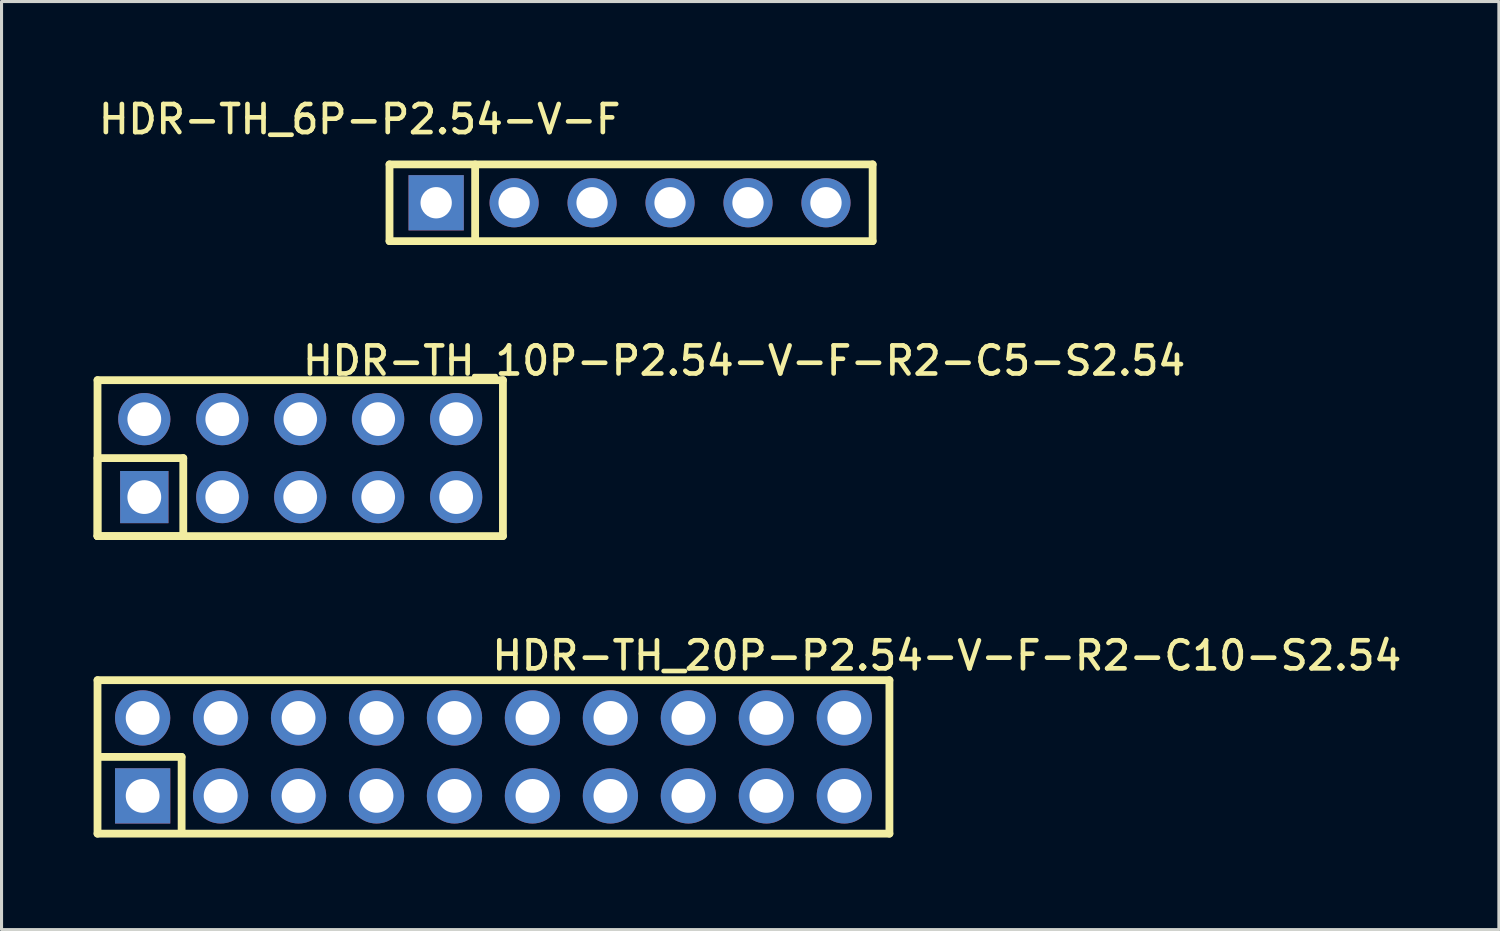
<source format=kicad_pcb>
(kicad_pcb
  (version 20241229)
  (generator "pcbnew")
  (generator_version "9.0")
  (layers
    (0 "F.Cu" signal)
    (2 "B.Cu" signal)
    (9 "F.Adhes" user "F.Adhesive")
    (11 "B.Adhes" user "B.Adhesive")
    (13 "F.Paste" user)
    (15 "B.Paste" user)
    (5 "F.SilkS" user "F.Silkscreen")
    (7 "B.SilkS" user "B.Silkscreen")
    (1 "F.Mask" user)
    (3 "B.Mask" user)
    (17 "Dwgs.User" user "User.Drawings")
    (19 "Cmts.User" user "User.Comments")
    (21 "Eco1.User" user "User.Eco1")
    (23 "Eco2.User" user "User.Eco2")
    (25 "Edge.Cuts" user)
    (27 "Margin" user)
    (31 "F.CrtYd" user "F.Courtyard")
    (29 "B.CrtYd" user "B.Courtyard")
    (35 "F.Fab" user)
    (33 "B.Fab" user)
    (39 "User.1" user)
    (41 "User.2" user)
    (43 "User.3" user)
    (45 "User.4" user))
  (footprint "HDR-TH_10P-P2.54-V-F-R2-C5-S2.54"
    (layer "F.Cu")
    (at 6.731 11.875)
    (property "Reference" "HDR-TH_10P-P2.54-V-F-R2-C5-S2.54" (at 0 -3.708 0) (layer "F.SilkS") (effects (font (size 0.914 0.914) (thickness 0.152)) (justify left top)))
    (fp_line (start -6.604 -2.54) (end 6.604 -2.54) (stroke (width 0.254) (type default)) (layer "F.SilkS"))
    (fp_line (start -6.604 0) (end -3.81 0) (stroke (width 0.254) (type default)) (layer "F.SilkS"))
    (fp_line (start -6.604 2.54) (end -6.604 -2.54) (stroke (width 0.254) (type default)) (layer "F.SilkS"))
    (fp_line (start -6.604 2.54) (end -6.604 0) (stroke (width 0.254) (type default)) (layer "F.SilkS"))
    (fp_line (start -3.81 0) (end -3.81 2.54) (stroke (width 0.254) (type default)) (layer "F.SilkS"))
    (fp_line (start -3.81 2.54) (end -6.604 2.54) (stroke (width 0.254) (type default)) (layer "F.SilkS"))
    (fp_line (start 6.604 -2.54) (end 6.604 2.54) (stroke (width 0.254) (type default)) (layer "F.SilkS"))
    (fp_line (start 6.604 2.54) (end -6.604 2.54) (stroke (width 0.254) (type default)) (layer "F.SilkS"))
    (fp_circle (center -6.55 2.5) (end -6.52 2.5) (stroke (width 0.06) (type default)) (fill no) (layer "User.5"))
    (pad "1" thru_hole rect (at -5.08 1.27) (size 1.575 1.7) (drill 1.1) (layers "*.Cu" "*.Mask"))
    (pad "2" thru_hole oval (at -5.08 -1.27) (size 1.7 1.7) (drill 1.1) (layers "*.Cu" "*.Mask"))
    (pad "3" thru_hole oval (at -2.54 1.27) (size 1.7 1.7) (drill 1.1) (layers "*.Cu" "*.Mask"))
    (pad "4" thru_hole oval (at -2.54 -1.27) (size 1.7 1.7) (drill 1.1) (layers "*.Cu" "*.Mask"))
    (pad "5" thru_hole oval (at 0 1.27) (size 1.7 1.7) (drill 1.1) (layers "*.Cu" "*.Mask"))
    (pad "6" thru_hole oval (at 0 -1.27) (size 1.7 1.7) (drill 1.1) (layers "*.Cu" "*.Mask"))
    (pad "7" thru_hole oval (at 2.54 1.27) (size 1.7 1.7) (drill 1.1) (layers "*.Cu" "*.Mask"))
    (pad "8" thru_hole oval (at 2.54 -1.27) (size 1.7 1.7) (drill 1.1) (layers "*.Cu" "*.Mask"))
    (pad "9" thru_hole oval (at 5.08 1.27) (size 1.7 1.7) (drill 1.1) (layers "*.Cu" "*.Mask"))
    (pad "10" thru_hole oval (at 5.08 -1.27) (size 1.7 1.7) (drill 1.1) (layers "*.Cu" "*.Mask"))
    (zone (net_name "") (layer "User.3") (hatch edge 0.5) (priority 100) (connect_pads yes) (min_thickness 0) (filled_areas_thickness no) (fill yes) (polygon (pts (xy 0.181 14.375) (xy 0.181 9.375) (xy 13.281 9.375) (xy 13.281 14.375))) (filled_polygon (layer "User.3") (island) (pts (xy 0.181 14.375) (xy 0.181 9.375) (xy 13.281 9.375) (xy 13.281 14.375))))
    (zone (net_name "") (layer "User.4") (hatch edge 0.5) (priority 100) (connect_pads yes) (min_thickness 0) (filled_areas_thickness no) (fill yes) (polygon (pts (xy 1.331 10.405) (xy 1.971 10.405) (xy 1.971 10.805) (xy 1.331 10.805))) (filled_polygon (layer "User.4") (island) (pts (xy 1.331 10.405) (xy 1.971 10.405) (xy 1.971 10.805) (xy 1.331 10.805))))
    (zone (net_name "") (layer "User.4") (hatch edge 0.5) (priority 100) (connect_pads yes) (min_thickness 0) (filled_areas_thickness no) (fill yes) (polygon (pts (xy 1.331 13.345) (xy 1.331 12.945) (xy 1.971 12.945) (xy 1.971 13.345))) (filled_polygon (layer "User.4") (island) (pts (xy 1.331 13.345) (xy 1.331 12.945) (xy 1.971 12.945) (xy 1.971 13.345))))
    (zone (net_name "") (layer "User.4") (hatch edge 0.5) (priority 100) (connect_pads yes) (min_thickness 0) (filled_areas_thickness no) (fill yes) (polygon (pts (xy 3.871 10.405) (xy 4.511 10.405) (xy 4.511 10.805) (xy 3.871 10.805))) (filled_polygon (layer "User.4") (island) (pts (xy 3.871 10.405) (xy 4.511 10.405) (xy 4.511 10.805) (xy 3.871 10.805))))
    (zone (net_name "") (layer "User.4") (hatch edge 0.5) (priority 100) (connect_pads yes) (min_thickness 0) (filled_areas_thickness no) (fill yes) (polygon (pts (xy 3.871 12.945) (xy 4.511 12.945) (xy 4.511 13.345) (xy 3.871 13.345))) (filled_polygon (layer "User.4") (island) (pts (xy 3.871 12.945) (xy 4.511 12.945) (xy 4.511 13.345) (xy 3.871 13.345))))
    (zone (net_name "") (layer "User.4") (hatch edge 0.5) (priority 100) (connect_pads yes) (min_thickness 0) (filled_areas_thickness no) (fill yes) (polygon (pts (xy 6.411 10.405) (xy 7.051 10.405) (xy 7.051 10.805) (xy 6.411 10.805))) (filled_polygon (layer "User.4") (island) (pts (xy 6.411 10.405) (xy 7.051 10.405) (xy 7.051 10.805) (xy 6.411 10.805))))
    (zone (net_name "") (layer "User.4") (hatch edge 0.5) (priority 100) (connect_pads yes) (min_thickness 0) (filled_areas_thickness no) (fill yes) (polygon (pts (xy 6.411 12.945) (xy 7.051 12.945) (xy 7.051 13.345) (xy 6.411 13.345))) (filled_polygon (layer "User.4") (island) (pts (xy 6.411 12.945) (xy 7.051 12.945) (xy 7.051 13.345) (xy 6.411 13.345))))
    (zone (net_name "") (layer "User.4") (hatch edge 0.5) (priority 100) (connect_pads yes) (min_thickness 0) (filled_areas_thickness no) (fill yes) (polygon (pts (xy 8.951 10.405) (xy 9.591 10.405) (xy 9.591 10.805) (xy 8.951 10.805))) (filled_polygon (layer "User.4") (island) (pts (xy 8.951 10.405) (xy 9.591 10.405) (xy 9.591 10.805) (xy 8.951 10.805))))
    (zone (net_name "") (layer "User.4") (hatch edge 0.5) (priority 100) (connect_pads yes) (min_thickness 0) (filled_areas_thickness no) (fill yes) (polygon (pts (xy 8.951 12.945) (xy 9.591 12.945) (xy 9.591 13.345) (xy 8.951 13.345))) (filled_polygon (layer "User.4") (island) (pts (xy 8.951 12.945) (xy 9.591 12.945) (xy 9.591 13.345) (xy 8.951 13.345))))
    (zone (net_name "") (layer "User.4") (hatch edge 0.5) (priority 100) (connect_pads yes) (min_thickness 0) (filled_areas_thickness no) (fill yes) (polygon (pts (xy 11.491 10.405) (xy 12.131 10.405) (xy 12.131 10.805) (xy 11.491 10.805))) (filled_polygon (layer "User.4") (island) (pts (xy 11.491 10.405) (xy 12.131 10.405) (xy 12.131 10.805) (xy 11.491 10.805))))
    (zone (net_name "") (layer "User.4") (hatch edge 0.5) (priority 100) (connect_pads yes) (min_thickness 0) (filled_areas_thickness no) (fill yes) (polygon (pts (xy 11.491 12.945) (xy 12.131 12.945) (xy 12.131 13.345) (xy 11.491 13.345))) (filled_polygon (layer "User.4") (island) (pts (xy 11.491 12.945) (xy 12.131 12.945) (xy 12.131 13.345) (xy 11.491 13.345)))))
  (footprint "HDR-TH_20P-P2.54-V-F-R2-C10-S2.54"
    (layer "F.Cu")
    (at 13.027 21.61)
    (property "Reference" "HDR-TH_20P-P2.54-V-F-R2-C10-S2.54" (at -0.127 -3.835 0) (layer "F.SilkS") (effects (font (size 0.914 0.914) (thickness 0.152)) (justify left top)))
    (fp_line (start -12.9 -2.5) (end 12.9 -2.5) (stroke (width 0.254) (type default)) (layer "F.SilkS"))
    (fp_line (start -12.9 2.5) (end -12.9 -2.5) (stroke (width 0.254) (type default)) (layer "F.SilkS"))
    (fp_line (start -12.827 0) (end -10.16 0) (stroke (width 0.254) (type default)) (layer "F.SilkS"))
    (fp_line (start -10.16 0) (end -10.16 2.413) (stroke (width 0.254) (type default)) (layer "F.SilkS"))
    (fp_line (start 12.9 -2.5) (end 12.9 2.5) (stroke (width 0.254) (type default)) (layer "F.SilkS"))
    (fp_line (start 12.9 2.5) (end -12.9 2.5) (stroke (width 0.254) (type default)) (layer "F.SilkS"))
    (fp_circle (center -12.95 2.5) (end -12.92 2.5) (stroke (width 0.06) (type default)) (fill no) (layer "User.5"))
    (pad "1" thru_hole rect (at -11.43 1.27) (size 1.8 1.8) (drill 1.1) (layers "*.Cu" "*.Mask"))
    (pad "2" thru_hole oval (at -11.43 -1.27) (size 1.8 1.8) (drill 1.1) (layers "*.Cu" "*.Mask"))
    (pad "3" thru_hole oval (at -8.89 1.27) (size 1.8 1.8) (drill 1.1) (layers "*.Cu" "*.Mask"))
    (pad "4" thru_hole oval (at -8.89 -1.27) (size 1.8 1.8) (drill 1.1) (layers "*.Cu" "*.Mask"))
    (pad "5" thru_hole oval (at -6.35 1.27) (size 1.8 1.8) (drill 1.1) (layers "*.Cu" "*.Mask"))
    (pad "6" thru_hole oval (at -6.35 -1.27) (size 1.8 1.8) (drill 1.1) (layers "*.Cu" "*.Mask"))
    (pad "7" thru_hole oval (at -3.81 1.27) (size 1.8 1.8) (drill 1.1) (layers "*.Cu" "*.Mask"))
    (pad "8" thru_hole oval (at -3.81 -1.27) (size 1.8 1.8) (drill 1.1) (layers "*.Cu" "*.Mask"))
    (pad "9" thru_hole oval (at -1.27 1.27) (size 1.8 1.8) (drill 1.1) (layers "*.Cu" "*.Mask"))
    (pad "10" thru_hole oval (at -1.27 -1.27) (size 1.8 1.8) (drill 1.1) (layers "*.Cu" "*.Mask"))
    (pad "11" thru_hole oval (at 1.27 1.27) (size 1.8 1.8) (drill 1.1) (layers "*.Cu" "*.Mask"))
    (pad "12" thru_hole oval (at 1.27 -1.27) (size 1.8 1.8) (drill 1.1) (layers "*.Cu" "*.Mask"))
    (pad "13" thru_hole oval (at 3.81 1.27) (size 1.8 1.8) (drill 1.1) (layers "*.Cu" "*.Mask"))
    (pad "14" thru_hole oval (at 3.81 -1.27) (size 1.8 1.8) (drill 1.1) (layers "*.Cu" "*.Mask"))
    (pad "15" thru_hole oval (at 6.35 1.27) (size 1.8 1.8) (drill 1.1) (layers "*.Cu" "*.Mask"))
    (pad "16" thru_hole oval (at 6.35 -1.27) (size 1.8 1.8) (drill 1.1) (layers "*.Cu" "*.Mask"))
    (pad "17" thru_hole oval (at 8.89 1.27) (size 1.8 1.8) (drill 1.1) (layers "*.Cu" "*.Mask"))
    (pad "18" thru_hole oval (at 8.89 -1.27) (size 1.8 1.8) (drill 1.1) (layers "*.Cu" "*.Mask"))
    (pad "19" thru_hole oval (at 11.43 1.27) (size 1.8 1.8) (drill 1.1) (layers "*.Cu" "*.Mask"))
    (pad "20" thru_hole oval (at 11.43 -1.27) (size 1.8 1.8) (drill 1.1) (layers "*.Cu" "*.Mask"))
    (zone (net_name "") (layer "User.3") (hatch edge 0.5) (priority 100) (connect_pads yes) (min_thickness 0) (filled_areas_thickness no) (fill yes) (polygon (pts (xy 0.027 24.125) (xy 0.027 19.125) (xy 25.927 19.125) (xy 25.927 24.125))) (filled_polygon (layer "User.3") (island) (pts (xy 0.027 24.125) (xy 0.027 19.125) (xy 25.927 19.125) (xy 25.927 24.125))))
    (zone (net_name "") (layer "User.4") (hatch edge 0.5) (priority 100) (connect_pads yes) (min_thickness 0) (filled_areas_thickness no) (fill yes) (polygon (pts (xy 1.247 20.23) (xy 1.847 20.23) (xy 1.847 20.48) (xy 1.247 20.48))) (filled_polygon (layer "User.4") (island) (pts (xy 1.247 20.23) (xy 1.847 20.23) (xy 1.847 20.48) (xy 1.247 20.48))))
    (zone (net_name "") (layer "User.4") (hatch edge 0.5) (priority 100) (connect_pads yes) (min_thickness 0) (filled_areas_thickness no) (fill yes) (polygon (pts (xy 1.247 22.77) (xy 1.847 22.77) (xy 1.847 23.02) (xy 1.247 23.02))) (filled_polygon (layer "User.4") (island) (pts (xy 1.247 22.77) (xy 1.847 22.77) (xy 1.847 23.02) (xy 1.247 23.02))))
    (zone (net_name "") (layer "User.4") (hatch edge 0.5) (priority 100) (connect_pads yes) (min_thickness 0) (filled_areas_thickness no) (fill yes) (polygon (pts (xy 3.787 20.23) (xy 4.387 20.23) (xy 4.387 20.48) (xy 3.787 20.48))) (filled_polygon (layer "User.4") (island) (pts (xy 3.787 20.23) (xy 4.387 20.23) (xy 4.387 20.48) (xy 3.787 20.48))))
    (zone (net_name "") (layer "User.4") (hatch edge 0.5) (priority 100) (connect_pads yes) (min_thickness 0) (filled_areas_thickness no) (fill yes) (polygon (pts (xy 3.787 22.77) (xy 4.387 22.77) (xy 4.387 23.02) (xy 3.787 23.02))) (filled_polygon (layer "User.4") (island) (pts (xy 3.787 22.77) (xy 4.387 22.77) (xy 4.387 23.02) (xy 3.787 23.02))))
    (zone (net_name "") (layer "User.4") (hatch edge 0.5) (priority 100) (connect_pads yes) (min_thickness 0) (filled_areas_thickness no) (fill yes) (polygon (pts (xy 6.327 20.23) (xy 6.927 20.23) (xy 6.927 20.48) (xy 6.327 20.48))) (filled_polygon (layer "User.4") (island) (pts (xy 6.327 20.23) (xy 6.927 20.23) (xy 6.927 20.48) (xy 6.327 20.48))))
    (zone (net_name "") (layer "User.4") (hatch edge 0.5) (priority 100) (connect_pads yes) (min_thickness 0) (filled_areas_thickness no) (fill yes) (polygon (pts (xy 6.327 22.77) (xy 6.927 22.77) (xy 6.927 23.02) (xy 6.327 23.02))) (filled_polygon (layer "User.4") (island) (pts (xy 6.327 22.77) (xy 6.927 22.77) (xy 6.927 23.02) (xy 6.327 23.02))))
    (zone (net_name "") (layer "User.4") (hatch edge 0.5) (priority 100) (connect_pads yes) (min_thickness 0) (filled_areas_thickness no) (fill yes) (polygon (pts (xy 8.867 20.23) (xy 9.467 20.23) (xy 9.467 20.48) (xy 8.867 20.48))) (filled_polygon (layer "User.4") (island) (pts (xy 8.867 20.23) (xy 9.467 20.23) (xy 9.467 20.48) (xy 8.867 20.48))))
    (zone (net_name "") (layer "User.4") (hatch edge 0.5) (priority 100) (connect_pads yes) (min_thickness 0) (filled_areas_thickness no) (fill yes) (polygon (pts (xy 8.867 22.77) (xy 9.467 22.77) (xy 9.467 23.02) (xy 8.867 23.02))) (filled_polygon (layer "User.4") (island) (pts (xy 8.867 22.77) (xy 9.467 22.77) (xy 9.467 23.02) (xy 8.867 23.02))))
    (zone (net_name "") (layer "User.4") (hatch edge 0.5) (priority 100) (connect_pads yes) (min_thickness 0) (filled_areas_thickness no) (fill yes) (polygon (pts (xy 11.407 20.23) (xy 12.007 20.23) (xy 12.007 20.48) (xy 11.407 20.48))) (filled_polygon (layer "User.4") (island) (pts (xy 11.407 20.23) (xy 12.007 20.23) (xy 12.007 20.48) (xy 11.407 20.48))))
    (zone (net_name "") (layer "User.4") (hatch edge 0.5) (priority 100) (connect_pads yes) (min_thickness 0) (filled_areas_thickness no) (fill yes) (polygon (pts (xy 11.407 22.77) (xy 12.007 22.77) (xy 12.007 23.02) (xy 11.407 23.02))) (filled_polygon (layer "User.4") (island) (pts (xy 11.407 22.77) (xy 12.007 22.77) (xy 12.007 23.02) (xy 11.407 23.02))))
    (zone (net_name "") (layer "User.4") (hatch edge 0.5) (priority 100) (connect_pads yes) (min_thickness 0) (filled_areas_thickness no) (fill yes) (polygon (pts (xy 13.947 20.23) (xy 14.547 20.23) (xy 14.547 20.48) (xy 13.947 20.48))) (filled_polygon (layer "User.4") (island) (pts (xy 13.947 20.23) (xy 14.547 20.23) (xy 14.547 20.48) (xy 13.947 20.48))))
    (zone (net_name "") (layer "User.4") (hatch edge 0.5) (priority 100) (connect_pads yes) (min_thickness 0) (filled_areas_thickness no) (fill yes) (polygon (pts (xy 13.947 22.77) (xy 14.547 22.77) (xy 14.547 23.02) (xy 13.947 23.02))) (filled_polygon (layer "User.4") (island) (pts (xy 13.947 22.77) (xy 14.547 22.77) (xy 14.547 23.02) (xy 13.947 23.02))))
    (zone (net_name "") (layer "User.4") (hatch edge 0.5) (priority 100) (connect_pads yes) (min_thickness 0) (filled_areas_thickness no) (fill yes) (polygon (pts (xy 16.487 20.23) (xy 17.087 20.23) (xy 17.087 20.48) (xy 16.487 20.48))) (filled_polygon (layer "User.4") (island) (pts (xy 16.487 20.23) (xy 17.087 20.23) (xy 17.087 20.48) (xy 16.487 20.48))))
    (zone (net_name "") (layer "User.4") (hatch edge 0.5) (priority 100) (connect_pads yes) (min_thickness 0) (filled_areas_thickness no) (fill yes) (polygon (pts (xy 16.487 22.77) (xy 17.087 22.77) (xy 17.087 23.02) (xy 16.487 23.02))) (filled_polygon (layer "User.4") (island) (pts (xy 16.487 22.77) (xy 17.087 22.77) (xy 17.087 23.02) (xy 16.487 23.02))))
    (zone (net_name "") (layer "User.4") (hatch edge 0.5) (priority 100) (connect_pads yes) (min_thickness 0) (filled_areas_thickness no) (fill yes) (polygon (pts (xy 19.027 20.23) (xy 19.627 20.23) (xy 19.627 20.48) (xy 19.027 20.48))) (filled_polygon (layer "User.4") (island) (pts (xy 19.027 20.23) (xy 19.627 20.23) (xy 19.627 20.48) (xy 19.027 20.48))))
    (zone (net_name "") (layer "User.4") (hatch edge 0.5) (priority 100) (connect_pads yes) (min_thickness 0) (filled_areas_thickness no) (fill yes) (polygon (pts (xy 19.027 22.77) (xy 19.627 22.77) (xy 19.627 23.02) (xy 19.027 23.02))) (filled_polygon (layer "User.4") (island) (pts (xy 19.027 22.77) (xy 19.627 22.77) (xy 19.627 23.02) (xy 19.027 23.02))))
    (zone (net_name "") (layer "User.4") (hatch edge 0.5) (priority 100) (connect_pads yes) (min_thickness 0) (filled_areas_thickness no) (fill yes) (polygon (pts (xy 21.567 20.23) (xy 22.167 20.23) (xy 22.167 20.48) (xy 21.567 20.48))) (filled_polygon (layer "User.4") (island) (pts (xy 21.567 20.23) (xy 22.167 20.23) (xy 22.167 20.48) (xy 21.567 20.48))))
    (zone (net_name "") (layer "User.4") (hatch edge 0.5) (priority 100) (connect_pads yes) (min_thickness 0) (filled_areas_thickness no) (fill yes) (polygon (pts (xy 21.567 22.77) (xy 22.167 22.77) (xy 22.167 23.02) (xy 21.567 23.02))) (filled_polygon (layer "User.4") (island) (pts (xy 21.567 22.77) (xy 22.167 22.77) (xy 22.167 23.02) (xy 21.567 23.02))))
    (zone (net_name "") (layer "User.4") (hatch edge 0.5) (priority 100) (connect_pads yes) (min_thickness 0) (filled_areas_thickness no) (fill yes) (polygon (pts (xy 24.107 20.23) (xy 24.707 20.23) (xy 24.707 20.48) (xy 24.107 20.48))) (filled_polygon (layer "User.4") (island) (pts (xy 24.107 20.23) (xy 24.707 20.23) (xy 24.707 20.48) (xy 24.107 20.48))))
    (zone (net_name "") (layer "User.4") (hatch edge 0.5) (priority 100) (connect_pads yes) (min_thickness 0) (filled_areas_thickness no) (fill yes) (polygon (pts (xy 24.107 22.77) (xy 24.707 22.77) (xy 24.707 23.02) (xy 24.107 23.02))) (filled_polygon (layer "User.4") (island) (pts (xy 24.107 22.77) (xy 24.707 22.77) (xy 24.707 23.02) (xy 24.107 23.02)))))
  (footprint "HDR-TH_6P-P2.54-V-F"
    (layer "F.Cu")
    (at 17.51 3.556)
    (property "Reference" "HDR-TH_6P-P2.54-V-F" (at -0.254 -2.184 180) (layer "F.SilkS") (effects (font (size 0.914 0.914) (thickness 0.152)) (justify right bottom)))
    (fp_line (start -7.87 -1.25) (end -7.87 1.25) (stroke (width 0.254) (type default)) (layer "F.SilkS"))
    (fp_line (start -7.87 1.25) (end 7.87 1.25) (stroke (width 0.254) (type default)) (layer "F.SilkS"))
    (fp_line (start -5.08 -1.25) (end -5.08 1.25) (stroke (width 0.254) (type default)) (layer "F.SilkS"))
    (fp_line (start 7.87 -1.25) (end -7.87 -1.25) (stroke (width 0.254) (type default)) (layer "F.SilkS"))
    (fp_line (start 7.87 1.25) (end 7.87 -1.25) (stroke (width 0.254) (type default)) (layer "F.SilkS"))
    (fp_circle (center -7.87 1.25) (end -7.84 1.25) (stroke (width 0.06) (type default)) (fill no) (layer "User.5"))
    (pad "1" thru_hole rect (at -6.35 0) (size 1.8 1.8) (drill 1.02) (layers "*.Cu" "*.Mask"))
    (pad "2" thru_hole oval (at -3.81 0) (size 1.6 1.6) (drill 1.02) (layers "*.Cu" "*.Mask"))
    (pad "3" thru_hole oval (at -1.27 0) (size 1.6 1.6) (drill 1.02) (layers "*.Cu" "*.Mask"))
    (pad "4" thru_hole oval (at 1.27 0) (size 1.6 1.6) (drill 1.02) (layers "*.Cu" "*.Mask"))
    (pad "5" thru_hole oval (at 3.81 0) (size 1.6 1.6) (drill 1.02) (layers "*.Cu" "*.Mask"))
    (pad "6" thru_hole oval (at 6.35 0) (size 1.6 1.6) (drill 1.02) (layers "*.Cu" "*.Mask"))
    (zone (net_name "") (layer "User.3") (hatch edge 0.5) (priority 100) (connect_pads yes) (min_thickness 0) (filled_areas_thickness no) (fill yes) (polygon (pts (xy 9.68 4.826) (xy 9.68 2.326) (xy 25.42 2.326) (xy 25.42 4.826))) (filled_polygon (layer "User.3") (island) (pts (xy 9.68 4.826) (xy 9.68 2.326) (xy 25.42 2.326) (xy 25.42 4.826))))
    (zone (net_name "") (layer "User.4") (hatch edge 0.5) (priority 100) (connect_pads yes) (min_thickness 0) (filled_areas_thickness no) (fill yes) (polygon (pts (xy 10.88 3.426) (xy 11.52 3.426) (xy 11.52 3.726) (xy 10.88 3.726))) (filled_polygon (layer "User.4") (island) (pts (xy 10.88 3.426) (xy 11.52 3.426) (xy 11.52 3.726) (xy 10.88 3.726))))
    (zone (net_name "") (layer "User.4") (hatch edge 0.5) (priority 100) (connect_pads yes) (min_thickness 0) (filled_areas_thickness no) (fill yes) (polygon (pts (xy 13.42 3.426) (xy 14.06 3.426) (xy 14.06 3.726) (xy 13.42 3.726))) (filled_polygon (layer "User.4") (island) (pts (xy 13.42 3.426) (xy 14.06 3.426) (xy 14.06 3.726) (xy 13.42 3.726))))
    (zone (net_name "") (layer "User.4") (hatch edge 0.5) (priority 100) (connect_pads yes) (min_thickness 0) (filled_areas_thickness no) (fill yes) (polygon (pts (xy 15.96 3.426) (xy 16.6 3.426) (xy 16.6 3.726) (xy 15.96 3.726))) (filled_polygon (layer "User.4") (island) (pts (xy 15.96 3.426) (xy 16.6 3.426) (xy 16.6 3.726) (xy 15.96 3.726))))
    (zone (net_name "") (layer "User.4") (hatch edge 0.5) (priority 100) (connect_pads yes) (min_thickness 0) (filled_areas_thickness no) (fill yes) (polygon (pts (xy 18.5 3.426) (xy 19.14 3.426) (xy 19.14 3.726) (xy 18.5 3.726))) (filled_polygon (layer "User.4") (island) (pts (xy 18.5 3.426) (xy 19.14 3.426) (xy 19.14 3.726) (xy 18.5 3.726))))
    (zone (net_name "") (layer "User.4") (hatch edge 0.5) (priority 100) (connect_pads yes) (min_thickness 0) (filled_areas_thickness no) (fill yes) (polygon (pts (xy 21.04 3.426) (xy 21.68 3.426) (xy 21.68 3.726) (xy 21.04 3.726))) (filled_polygon (layer "User.4") (island) (pts (xy 21.04 3.426) (xy 21.68 3.426) (xy 21.68 3.726) (xy 21.04 3.726))))
    (zone (net_name "") (layer "User.4") (hatch edge 0.5) (priority 100) (connect_pads yes) (min_thickness 0) (filled_areas_thickness no) (fill yes) (polygon (pts (xy 23.58 3.426) (xy 24.22 3.426) (xy 24.22 3.726) (xy 23.58 3.726))) (filled_polygon (layer "User.4") (island) (pts (xy 23.58 3.426) (xy 24.22 3.426) (xy 24.22 3.726) (xy 23.58 3.726)))))
  (gr_rect
    (start -3 -3)
    (end 45.783 27.237)
    (stroke (width 0.1) (type default))
    (fill no)
    (layer "Edge.Cuts")))
</source>
